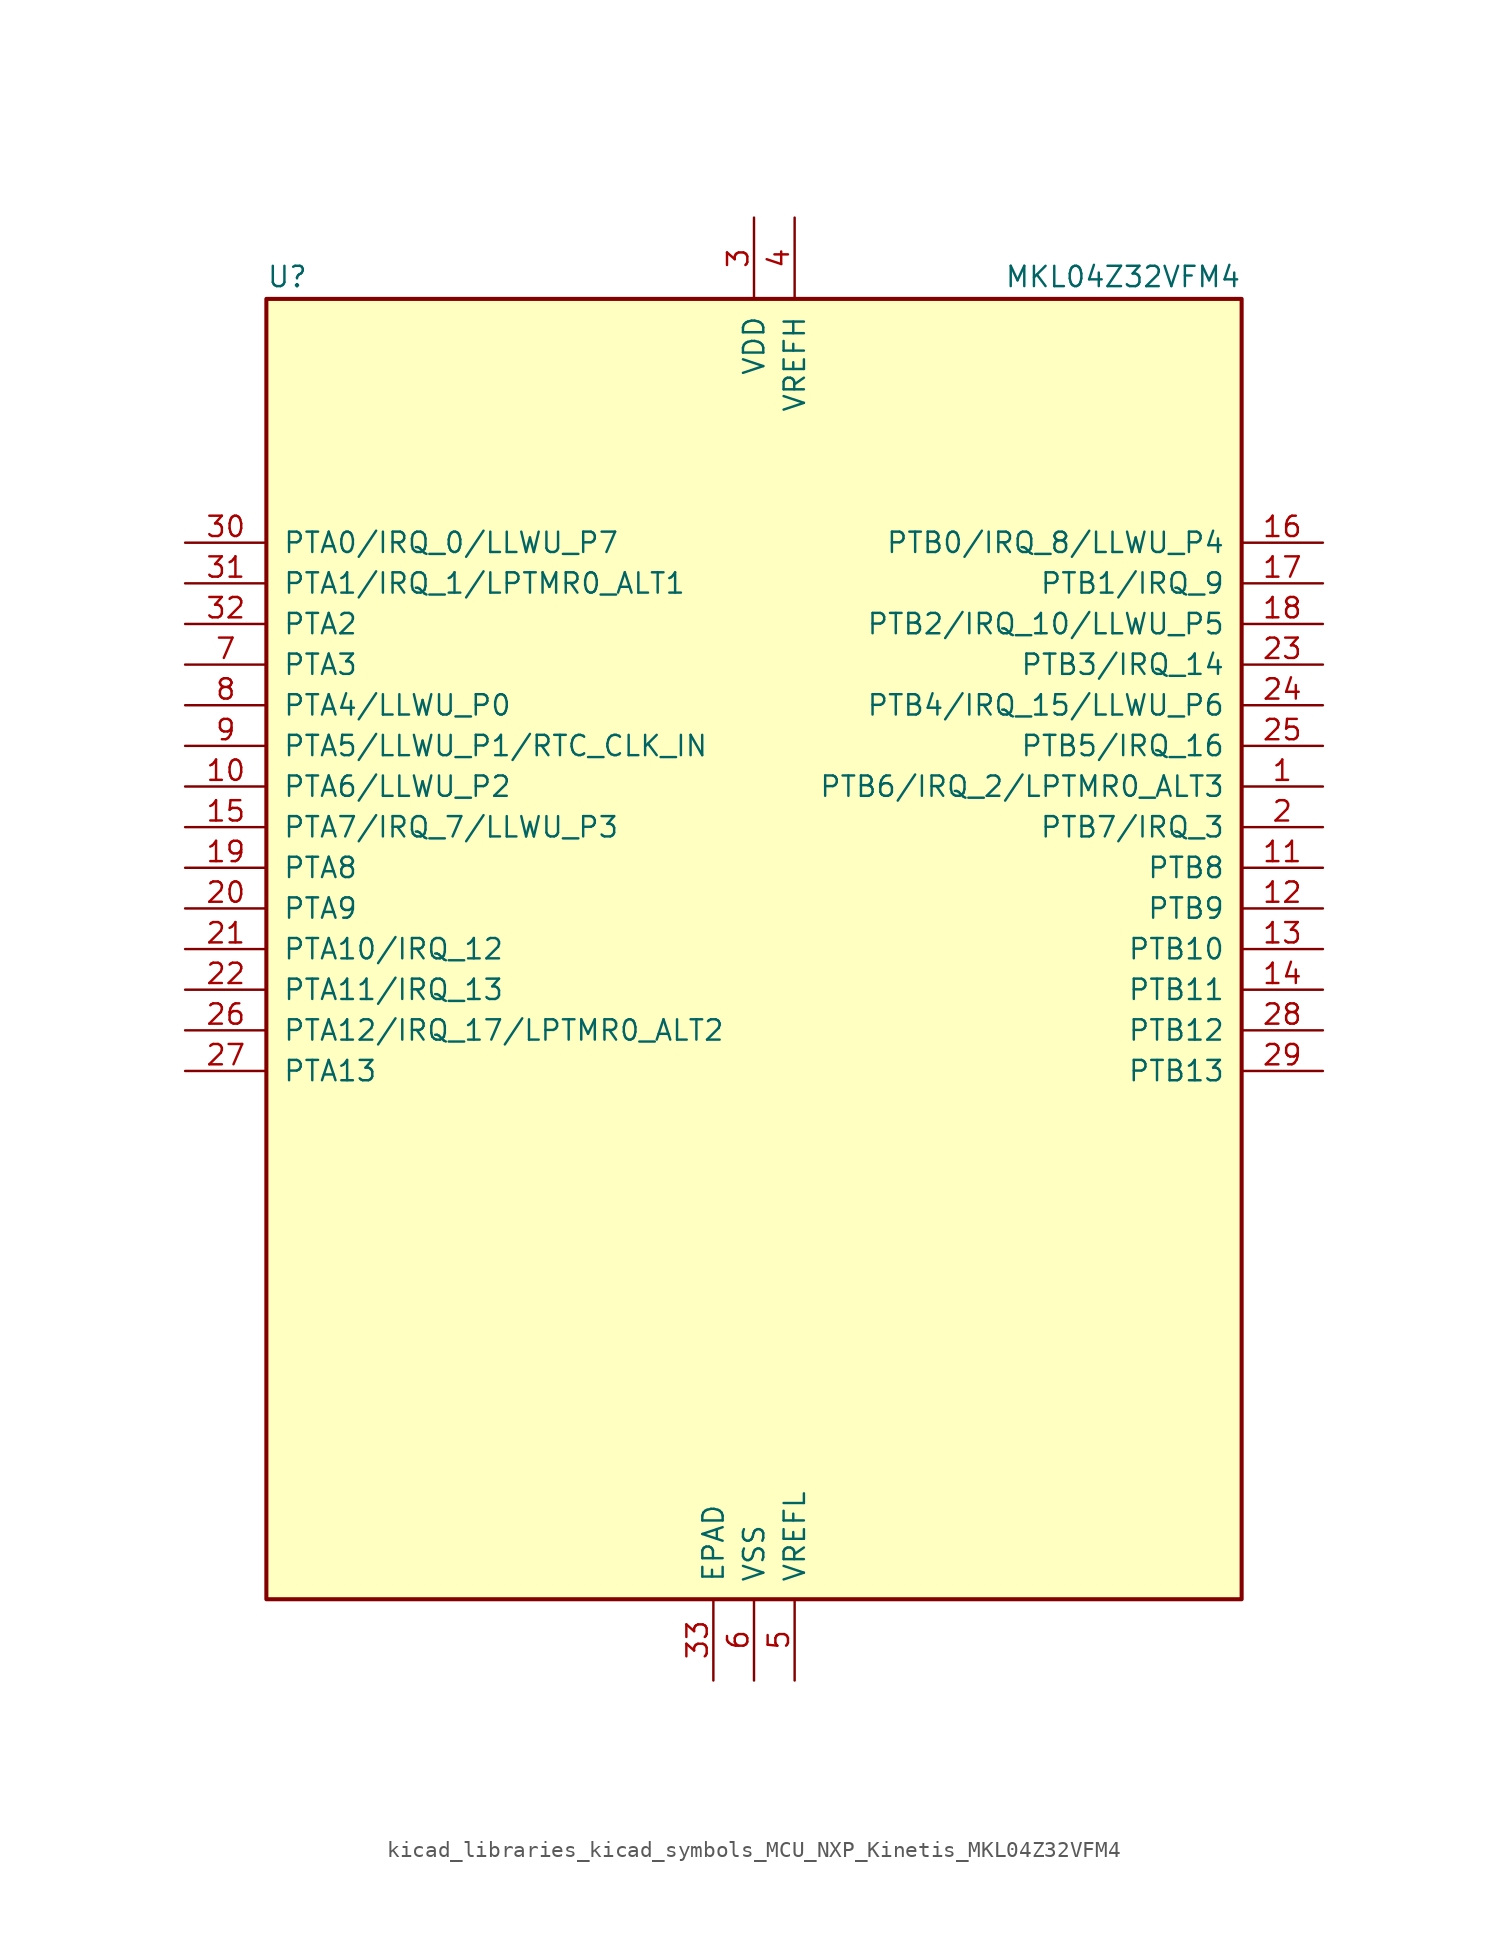
<source format=kicad_sym>
(kicad_symbol_lib
  (version 20220914)
  (generator kicad_symbol_editor)
  (symbol "kicad_libraries_kicad_symbols_MCU_NXP_Kinetis_MKL04Z32VFM4"
    (pin_names
      (offset 1.016))
    (property "Reference" "U"
      (at -30.48 41.275 0)
      (effects (font (size 1.27 1.27)) (justify left bottom)))
    (property "Value" "MKL04Z32VFM4"
      (at 30.48 41.275 0)
      (effects (font (size 1.27 1.27)) (justify right bottom)))
    (symbol "kicad_libraries_kicad_symbols_MCU_NXP_Kinetis_MKL04Z32VFM4_0_1"
      (rectangle (start -30.48 40.64) (end 30.48 -40.64) (stroke (width 0.254) (type default)) (fill (type background))))
    (symbol "kicad_libraries_kicad_symbols_MCU_NXP_Kinetis_MKL04Z32VFM4_1_1"
      (pin bidirectional line (at 35.56 10.16 180) (length 5.08) (name "PTB6/IRQ_2/LPTMR0_ALT3" (effects (font (size 1.27 1.27)))) (number "1" (effects (font (size 1.27 1.27)))))
      (pin bidirectional line (at -35.56 10.16 0) (length 5.08) (name "PTA6/LLWU_P2" (effects (font (size 1.27 1.27)))) (number "10" (effects (font (size 1.27 1.27)))))
      (pin bidirectional line (at 35.56 5.08 180) (length 5.08) (name "PTB8" (effects (font (size 1.27 1.27)))) (number "11" (effects (font (size 1.27 1.27)))))
      (pin bidirectional line (at 35.56 2.54 180) (length 5.08) (name "PTB9" (effects (font (size 1.27 1.27)))) (number "12" (effects (font (size 1.27 1.27)))))
      (pin bidirectional line (at 35.56 0 180) (length 5.08) (name "PTB10" (effects (font (size 1.27 1.27)))) (number "13" (effects (font (size 1.27 1.27)))))
      (pin bidirectional line (at 35.56 -2.54 180) (length 5.08) (name "PTB11" (effects (font (size 1.27 1.27)))) (number "14" (effects (font (size 1.27 1.27)))))
      (pin bidirectional line (at -35.56 7.62 0) (length 5.08) (name "PTA7/IRQ_7/LLWU_P3" (effects (font (size 1.27 1.27)))) (number "15" (effects (font (size 1.27 1.27)))))
      (pin bidirectional line (at 35.56 25.4 180) (length 5.08) (name "PTB0/IRQ_8/LLWU_P4" (effects (font (size 1.27 1.27)))) (number "16" (effects (font (size 1.27 1.27)))))
      (pin bidirectional line (at 35.56 22.86 180) (length 5.08) (name "PTB1/IRQ_9" (effects (font (size 1.27 1.27)))) (number "17" (effects (font (size 1.27 1.27)))))
      (pin bidirectional line (at 35.56 20.32 180) (length 5.08) (name "PTB2/IRQ_10/LLWU_P5" (effects (font (size 1.27 1.27)))) (number "18" (effects (font (size 1.27 1.27)))))
      (pin bidirectional line (at -35.56 5.08 0) (length 5.08) (name "PTA8" (effects (font (size 1.27 1.27)))) (number "19" (effects (font (size 1.27 1.27)))))
      (pin bidirectional line (at 35.56 7.62 180) (length 5.08) (name "PTB7/IRQ_3" (effects (font (size 1.27 1.27)))) (number "2" (effects (font (size 1.27 1.27)))))
      (pin bidirectional line (at -35.56 2.54 0) (length 5.08) (name "PTA9" (effects (font (size 1.27 1.27)))) (number "20" (effects (font (size 1.27 1.27)))))
      (pin bidirectional line (at -35.56 0 0) (length 5.08) (name "PTA10/IRQ_12" (effects (font (size 1.27 1.27)))) (number "21" (effects (font (size 1.27 1.27)))))
      (pin bidirectional line (at -35.56 -2.54 0) (length 5.08) (name "PTA11/IRQ_13" (effects (font (size 1.27 1.27)))) (number "22" (effects (font (size 1.27 1.27)))))
      (pin bidirectional line (at 35.56 17.78 180) (length 5.08) (name "PTB3/IRQ_14" (effects (font (size 1.27 1.27)))) (number "23" (effects (font (size 1.27 1.27)))))
      (pin bidirectional line (at 35.56 15.24 180) (length 5.08) (name "PTB4/IRQ_15/LLWU_P6" (effects (font (size 1.27 1.27)))) (number "24" (effects (font (size 1.27 1.27)))))
      (pin bidirectional line (at 35.56 12.7 180) (length 5.08) (name "PTB5/IRQ_16" (effects (font (size 1.27 1.27)))) (number "25" (effects (font (size 1.27 1.27)))))
      (pin bidirectional line (at -35.56 -5.08 0) (length 5.08) (name "PTA12/IRQ_17/LPTMR0_ALT2" (effects (font (size 1.27 1.27)))) (number "26" (effects (font (size 1.27 1.27)))))
      (pin bidirectional line (at -35.56 -7.62 0) (length 5.08) (name "PTA13" (effects (font (size 1.27 1.27)))) (number "27" (effects (font (size 1.27 1.27)))))
      (pin bidirectional line (at 35.56 -5.08 180) (length 5.08) (name "PTB12" (effects (font (size 1.27 1.27)))) (number "28" (effects (font (size 1.27 1.27)))))
      (pin bidirectional line (at 35.56 -7.62 180) (length 5.08) (name "PTB13" (effects (font (size 1.27 1.27)))) (number "29" (effects (font (size 1.27 1.27)))))
      (pin power_in line (at 0 45.72 270) (length 5.08) (name "VDD" (effects (font (size 1.27 1.27)))) (number "3" (effects (font (size 1.27 1.27)))))
      (pin bidirectional line (at -35.56 25.4 0) (length 5.08) (name "PTA0/IRQ_0/LLWU_P7" (effects (font (size 1.27 1.27)))) (number "30" (effects (font (size 1.27 1.27)))))
      (pin bidirectional line (at -35.56 22.86 0) (length 5.08) (name "PTA1/IRQ_1/LPTMR0_ALT1" (effects (font (size 1.27 1.27)))) (number "31" (effects (font (size 1.27 1.27)))))
      (pin bidirectional line (at -35.56 20.32 0) (length 5.08) (name "PTA2" (effects (font (size 1.27 1.27)))) (number "32" (effects (font (size 1.27 1.27)))))
      (pin power_in line (at -2.54 -45.72 90) (length 5.08) (name "EPAD" (effects (font (size 1.27 1.27)))) (number "33" (effects (font (size 1.27 1.27)))))
      (pin power_in line (at 2.54 45.72 270) (length 5.08) (name "VREFH" (effects (font (size 1.27 1.27)))) (number "4" (effects (font (size 1.27 1.27)))))
      (pin power_in line (at 2.54 -45.72 90) (length 5.08) (name "VREFL" (effects (font (size 1.27 1.27)))) (number "5" (effects (font (size 1.27 1.27)))))
      (pin power_in line (at 0 -45.72 90) (length 5.08) (name "VSS" (effects (font (size 1.27 1.27)))) (number "6" (effects (font (size 1.27 1.27)))))
      (pin bidirectional line (at -35.56 17.78 0) (length 5.08) (name "PTA3" (effects (font (size 1.27 1.27)))) (number "7" (effects (font (size 1.27 1.27)))))
      (pin bidirectional line (at -35.56 15.24 0) (length 5.08) (name "PTA4/LLWU_P0" (effects (font (size 1.27 1.27)))) (number "8" (effects (font (size 1.27 1.27)))))
      (pin bidirectional line (at -35.56 12.7 0) (length 5.08) (name "PTA5/LLWU_P1/RTC_CLK_IN" (effects (font (size 1.27 1.27)))) (number "9" (effects (font (size 1.27 1.27))))))))
</source>
